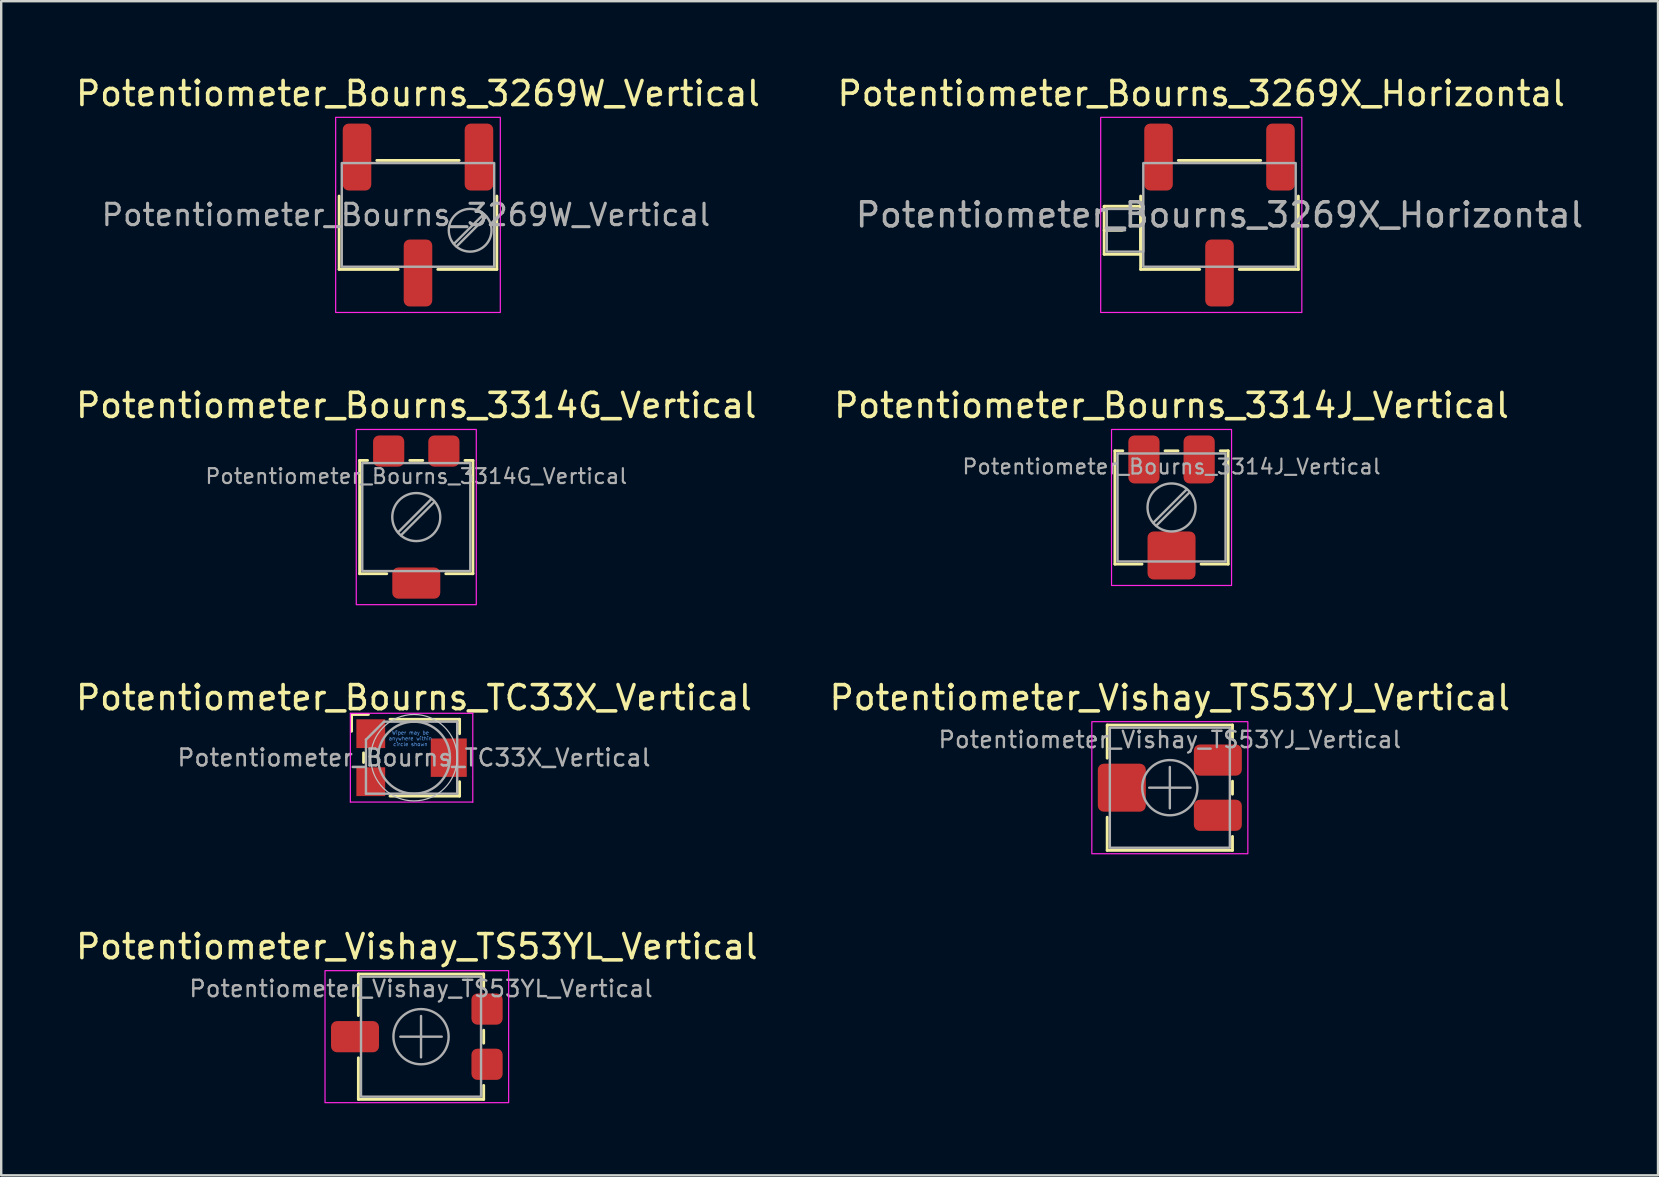
<source format=kicad_pcb>
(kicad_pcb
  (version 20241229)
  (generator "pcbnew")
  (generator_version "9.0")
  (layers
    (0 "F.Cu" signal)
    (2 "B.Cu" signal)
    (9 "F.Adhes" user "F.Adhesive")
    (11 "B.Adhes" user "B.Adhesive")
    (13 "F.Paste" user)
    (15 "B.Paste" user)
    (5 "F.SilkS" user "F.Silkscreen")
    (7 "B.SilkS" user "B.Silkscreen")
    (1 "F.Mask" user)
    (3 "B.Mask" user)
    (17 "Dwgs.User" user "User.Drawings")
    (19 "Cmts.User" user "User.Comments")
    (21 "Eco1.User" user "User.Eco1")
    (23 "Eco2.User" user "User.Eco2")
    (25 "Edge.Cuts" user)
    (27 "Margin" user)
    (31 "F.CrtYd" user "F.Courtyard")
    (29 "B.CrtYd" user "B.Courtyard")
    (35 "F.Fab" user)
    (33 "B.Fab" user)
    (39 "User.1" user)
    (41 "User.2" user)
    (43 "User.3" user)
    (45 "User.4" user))
  (footprint "Potentiometer_Bourns_3269X_Horizontal"
    (layer "F.Cu")
    (at 47.754 5.908)
    (property "Reference" "Potentiometer_Bourns_3269X_Horizontal" (at -0.76 -5.06 0) (layer "F.SilkS") (effects (font (size 1 1) (thickness 0.15))))
    (attr smd)
    (fp_line (start -4.805 -0.365) (end -3.285 -0.365) (stroke (width 0.12) (type solid)) (layer "F.SilkS"))
    (fp_line (start -4.805 0.635) (end -4.045 0.635) (stroke (width 0.12) (type solid)) (layer "F.SilkS"))
    (fp_line (start -4.805 1.635) (end -4.805 -0.365) (stroke (width 0.12) (type solid)) (layer "F.SilkS"))
    (fp_line (start -3.285 -0.365) (end -3.285 1.635) (stroke (width 0.12) (type solid)) (layer "F.SilkS"))
    (fp_line (start -3.285 1.635) (end -4.805 1.635) (stroke (width 0.12) (type solid)) (layer "F.SilkS"))
    (fp_line (start -3.285 2.265) (end -3.285 -0.79) (stroke (width 0.12) (type solid)) (layer "F.SilkS"))
    (fp_line (start -1.715 -2.275) (end 1.715 -2.275) (stroke (width 0.12) (type solid)) (layer "F.SilkS"))
    (fp_line (start -0.825 2.265) (end -3.285 2.265) (stroke (width 0.12) (type solid)) (layer "F.SilkS"))
    (fp_line (start 3.285 -0.79) (end 3.285 2.265) (stroke (width 0.12) (type solid)) (layer "F.SilkS"))
    (fp_line (start 3.285 2.265) (end 0.825 2.265) (stroke (width 0.12) (type solid)) (layer "F.SilkS"))
    (fp_rect (start -4.95 -4.07) (end 3.43 4.06) (stroke (width 0.05) (type solid)) (fill no) (layer "F.CrtYd"))
    (fp_line (start -4.695 0.635) (end -3.935 0.635) (stroke (width 0.1) (type solid)) (layer "F.Fab"))
    (fp_rect (start -4.695 -0.255) (end -3.175 1.525) (stroke (width 0.1) (type solid)) (fill no) (layer "F.Fab"))
    (fp_rect (start -3.175 -2.165) (end 3.175 2.155) (stroke (width 0.1) (type solid)) (fill no) (layer "F.Fab"))
    (fp_text user "${REFERENCE}" (at 0 -0.005 0) (layer "F.Fab") (effects (font (size 1 1) (thickness 0.15))))
    (pad "1" smd roundrect (at 2.54 -2.415) (size 1.19 2.79) (layers "F.Cu" "F.Mask" "F.Paste") (roundrect_rratio 0.21))
    (pad "2" smd roundrect (at 0 2.415) (size 1.19 2.79) (layers "F.Cu" "F.Mask" "F.Paste") (roundrect_rratio 0.21))
    (pad "3" smd roundrect (at -2.54 -2.415) (size 1.19 2.79) (layers "F.Cu" "F.Mask" "F.Paste") (roundrect_rratio 0.21)))
  (footprint "Potentiometer_Bourns_3269W_Vertical"
    (layer "F.Cu")
    (at 14.363 5.908)
    (property "Reference" "Potentiometer_Bourns_3269W_Vertical" (at 0 -5.06 0) (layer "F.SilkS") (effects (font (size 1 1) (thickness 0.15))))
    (attr smd)
    (fp_line (start -3.285 2.265) (end -3.285 -0.79) (stroke (width 0.12) (type solid)) (layer "F.SilkS"))
    (fp_line (start -1.715 -2.275) (end 1.715 -2.275) (stroke (width 0.12) (type solid)) (layer "F.SilkS"))
    (fp_line (start -0.825 2.265) (end -3.285 2.265) (stroke (width 0.12) (type solid)) (layer "F.SilkS"))
    (fp_line (start 3.285 -0.79) (end 3.285 2.265) (stroke (width 0.12) (type solid)) (layer "F.SilkS"))
    (fp_line (start 3.285 2.265) (end 0.825 2.265) (stroke (width 0.12) (type solid)) (layer "F.SilkS"))
    (fp_rect (start -3.43 -4.07) (end 3.43 4.06) (stroke (width 0.05) (type solid)) (fill no) (layer "F.CrtYd"))
    (fp_line (start 2.739 -0.04) (end 1.498 1.201) (stroke (width 0.1) (type solid)) (layer "F.Fab"))
    (fp_line (start 2.848 0.069) (end 1.607 1.31) (stroke (width 0.1) (type solid)) (layer "F.Fab"))
    (fp_rect (start -3.175 -2.165) (end 3.175 2.155) (stroke (width 0.1) (type solid)) (fill no) (layer "F.Fab"))
    (fp_circle (center 2.173 0.635) (end 3.063 0.635) (stroke (width 0.1) (type solid)) (fill no) (layer "F.Fab"))
    (fp_text user "${REFERENCE}" (at -0.501 -0.005 0) (layer "F.Fab") (effects (font (size 0.89 0.89) (thickness 0.13))))
    (pad "1" smd roundrect (at 2.54 -2.415) (size 1.19 2.79) (layers "F.Cu" "F.Mask" "F.Paste") (roundrect_rratio 0.21))
    (pad "2" smd roundrect (at 0 2.415) (size 1.19 2.79) (layers "F.Cu" "F.Mask" "F.Paste") (roundrect_rratio 0.21))
    (pad "3" smd roundrect (at -2.54 -2.415) (size 1.19 2.79) (layers "F.Cu" "F.Mask" "F.Paste") (roundrect_rratio 0.21)))
  (footprint "Potentiometer_Vishay_TS53YL_Vertical"
    (layer "F.Cu")
    (at 14.49 40.138)
    (property "Reference" "Potentiometer_Vishay_TS53YL_Vertical" (at -0.175 -3.75 0) (layer "F.SilkS") (effects (font (size 1 1) (thickness 0.15))))
    (attr smd)
    (fp_line (start -2.61 -2.61) (end 2.61 -2.61) (stroke (width 0.12) (type solid)) (layer "F.SilkS"))
    (fp_line (start -2.61 -0.88) (end -2.61 -2.61) (stroke (width 0.12) (type solid)) (layer "F.SilkS"))
    (fp_line (start -2.61 2.61) (end -2.61 0.88) (stroke (width 0.12) (type solid)) (layer "F.SilkS"))
    (fp_line (start 2.61 -2.61) (end 2.61 -2.03) (stroke (width 0.12) (type solid)) (layer "F.SilkS"))
    (fp_line (start 2.61 -0.27) (end 2.61 0.27) (stroke (width 0.12) (type solid)) (layer "F.SilkS"))
    (fp_line (start 2.61 2.03) (end 2.61 2.61) (stroke (width 0.12) (type solid)) (layer "F.SilkS"))
    (fp_line (start 2.61 2.61) (end -2.61 2.61) (stroke (width 0.12) (type solid)) (layer "F.SilkS"))
    (fp_rect (start -4 -2.75) (end 3.65 2.75) (stroke (width 0.05) (type solid)) (fill no) (layer "F.CrtYd"))
    (fp_line (start -0.862 0) (end 0.862 0) (stroke (width 0.1) (type solid)) (layer "F.Fab"))
    (fp_line (start 0 -0.862) (end 0 0.862) (stroke (width 0.1) (type solid)) (layer "F.Fab"))
    (fp_rect (start -2.5 -2.5) (end 2.5 2.5) (stroke (width 0.1) (type solid)) (fill no) (layer "F.Fab"))
    (fp_circle (center 0 0) (end 1.15 0) (stroke (width 0.1) (type solid)) (fill no) (layer "F.Fab"))
    (fp_text user "${REFERENCE}" (at 0 -2 0) (layer "F.Fab") (effects (font (size 0.68 0.68) (thickness 0.1))))
    (pad "1" smd roundrect (at 2.75 -1.15) (size 1.3 1.3) (layers "F.Cu" "F.Mask" "F.Paste") (roundrect_rratio 0.192))
    (pad "2" smd roundrect (at -2.75 0) (size 2 1.3) (layers "F.Cu" "F.Mask" "F.Paste") (roundrect_rratio 0.192))
    (pad "3" smd roundrect (at 2.75 1.15) (size 1.3 1.3) (layers "F.Cu" "F.Mask" "F.Paste") (roundrect_rratio 0.192)))
  (footprint "Potentiometer_Bourns_3314J_Vertical"
    (layer "F.Cu")
    (at 45.756 18.091)
    (property "Reference" "Potentiometer_Bourns_3314J_Vertical" (at 0 -4.25 0) (layer "F.SilkS") (effects (font (size 1 1) (thickness 0.15))))
    (attr smd)
    (fp_line (start -2.36 -2.36) (end -2.03 -2.36) (stroke (width 0.12) (type solid)) (layer "F.SilkS"))
    (fp_line (start -2.36 2.36) (end -2.36 -2.36) (stroke (width 0.12) (type solid)) (layer "F.SilkS"))
    (fp_line (start -1.23 2.36) (end -2.36 2.36) (stroke (width 0.12) (type solid)) (layer "F.SilkS"))
    (fp_line (start -0.27 -2.36) (end 0.27 -2.36) (stroke (width 0.12) (type solid)) (layer "F.SilkS"))
    (fp_line (start 2.03 -2.36) (end 2.36 -2.36) (stroke (width 0.12) (type solid)) (layer "F.SilkS"))
    (fp_line (start 2.36 -2.36) (end 2.36 2.36) (stroke (width 0.12) (type solid)) (layer "F.SilkS"))
    (fp_line (start 2.36 2.36) (end 1.23 2.36) (stroke (width 0.12) (type solid)) (layer "F.SilkS"))
    (fp_rect (start -2.5 -3.25) (end 2.5 3.25) (stroke (width 0.05) (type solid)) (fill no) (layer "F.CrtYd"))
    (fp_line (start 0.636 -0.758) (end -0.758 0.636) (stroke (width 0.1) (type solid)) (layer "F.Fab"))
    (fp_line (start 0.758 -0.636) (end -0.636 0.758) (stroke (width 0.1) (type solid)) (layer "F.Fab"))
    (fp_rect (start -2.25 -2.25) (end 2.25 2.25) (stroke (width 0.1) (type solid)) (fill no) (layer "F.Fab"))
    (fp_circle (center 0 0) (end 1 0) (stroke (width 0.1) (type solid)) (fill no) (layer "F.Fab"))
    (fp_text user "${REFERENCE}" (at 0 -1.7 0) (layer "F.Fab") (effects (font (size 0.62 0.62) (thickness 0.09))))
    (pad "1" smd roundrect (at 1.15 -2) (size 1.3 2) (layers "F.Cu" "F.Mask" "F.Paste") (roundrect_rratio 0.192))
    (pad "2" smd roundrect (at 0 2) (size 2 2) (layers "F.Cu" "F.Mask" "F.Paste") (roundrect_rratio 0.125))
    (pad "3" smd roundrect (at -1.15 -2) (size 1.3 2) (layers "F.Cu" "F.Mask" "F.Paste") (roundrect_rratio 0.192)))
  (footprint "Potentiometer_Vishay_TS53YJ_Vertical"
    (layer "F.Cu")
    (at 45.685 29.765)
    (property "Reference" "Potentiometer_Vishay_TS53YJ_Vertical" (at 0 -3.75 0) (layer "F.SilkS") (effects (font (size 1 1) (thickness 0.15))))
    (attr smd)
    (fp_line (start -2.61 -2.61) (end 2.61 -2.61) (stroke (width 0.12) (type solid)) (layer "F.SilkS"))
    (fp_line (start -2.61 -1.23) (end -2.61 -2.61) (stroke (width 0.12) (type solid)) (layer "F.SilkS"))
    (fp_line (start -2.61 2.61) (end -2.61 1.23) (stroke (width 0.12) (type solid)) (layer "F.SilkS"))
    (fp_line (start 2.61 -2.61) (end 2.61 -2.03) (stroke (width 0.12) (type solid)) (layer "F.SilkS"))
    (fp_line (start 2.61 -0.27) (end 2.61 0.27) (stroke (width 0.12) (type solid)) (layer "F.SilkS"))
    (fp_line (start 2.61 2.03) (end 2.61 2.61) (stroke (width 0.12) (type solid)) (layer "F.SilkS"))
    (fp_line (start 2.61 2.61) (end -2.61 2.61) (stroke (width 0.12) (type solid)) (layer "F.SilkS"))
    (fp_rect (start -3.25 -2.75) (end 3.25 2.75) (stroke (width 0.05) (type solid)) (fill no) (layer "F.CrtYd"))
    (fp_line (start -0.862 0) (end 0.862 0) (stroke (width 0.1) (type solid)) (layer "F.Fab"))
    (fp_line (start 0 -0.862) (end 0 0.862) (stroke (width 0.1) (type solid)) (layer "F.Fab"))
    (fp_rect (start -2.5 -2.5) (end 2.5 2.5) (stroke (width 0.1) (type solid)) (fill no) (layer "F.Fab"))
    (fp_circle (center 0 0) (end 1.15 0) (stroke (width 0.1) (type solid)) (fill no) (layer "F.Fab"))
    (fp_text user "${REFERENCE}" (at 0 -2 0) (layer "F.Fab") (effects (font (size 0.68 0.68) (thickness 0.1))))
    (pad "1" smd roundrect (at 2 -1.15) (size 2 1.3) (layers "F.Cu" "F.Mask" "F.Paste") (roundrect_rratio 0.192))
    (pad "2" smd roundrect (at -2 0) (size 2 2) (layers "F.Cu" "F.Mask" "F.Paste") (roundrect_rratio 0.125))
    (pad "3" smd roundrect (at 2 1.15) (size 2 1.3) (layers "F.Cu" "F.Mask" "F.Paste") (roundrect_rratio 0.192)))
  (footprint "Potentiometer_Bourns_3314G_Vertical"
    (layer "F.Cu")
    (at 14.292 18.491)
    (property "Reference" "Potentiometer_Bourns_3314G_Vertical" (at 0 -4.65 0) (layer "F.SilkS") (effects (font (size 1 1) (thickness 0.15))))
    (attr smd)
    (fp_line (start -2.36 -2.36) (end -2.03 -2.36) (stroke (width 0.12) (type solid)) (layer "F.SilkS"))
    (fp_line (start -2.36 2.36) (end -2.36 -2.36) (stroke (width 0.12) (type solid)) (layer "F.SilkS"))
    (fp_line (start -1.23 2.36) (end -2.36 2.36) (stroke (width 0.12) (type solid)) (layer "F.SilkS"))
    (fp_line (start -0.27 -2.36) (end 0.27 -2.36) (stroke (width 0.12) (type solid)) (layer "F.SilkS"))
    (fp_line (start 2.03 -2.36) (end 2.36 -2.36) (stroke (width 0.12) (type solid)) (layer "F.SilkS"))
    (fp_line (start 2.36 -2.36) (end 2.36 2.36) (stroke (width 0.12) (type solid)) (layer "F.SilkS"))
    (fp_line (start 2.36 2.36) (end 1.23 2.36) (stroke (width 0.12) (type solid)) (layer "F.SilkS"))
    (fp_rect (start -2.5 -3.65) (end 2.5 3.65) (stroke (width 0.05) (type solid)) (fill no) (layer "F.CrtYd"))
    (fp_line (start 0.636 -0.758) (end -0.758 0.636) (stroke (width 0.1) (type solid)) (layer "F.Fab"))
    (fp_line (start 0.758 -0.636) (end -0.636 0.758) (stroke (width 0.1) (type solid)) (layer "F.Fab"))
    (fp_rect (start -2.25 -2.25) (end 2.25 2.25) (stroke (width 0.1) (type solid)) (fill no) (layer "F.Fab"))
    (fp_circle (center 0 0) (end 1 0) (stroke (width 0.1) (type solid)) (fill no) (layer "F.Fab"))
    (fp_text user "${REFERENCE}" (at 0 -1.7 0) (layer "F.Fab") (effects (font (size 0.62 0.62) (thickness 0.09))))
    (pad "1" smd roundrect (at 1.15 -2.75) (size 1.3 1.3) (layers "F.Cu" "F.Mask" "F.Paste") (roundrect_rratio 0.192))
    (pad "2" smd roundrect (at 0 2.75) (size 2 1.3) (layers "F.Cu" "F.Mask" "F.Paste") (roundrect_rratio 0.192))
    (pad "3" smd roundrect (at -1.15 -2.75) (size 1.3 1.3) (layers "F.Cu" "F.Mask" "F.Paste") (roundrect_rratio 0.192)))
  (footprint "Potentiometer_Bourns_TC33X_Vertical"
    (layer "F.Cu")
    (at 14.196 28.515)
    (property "Reference" "Potentiometer_Bourns_TC33X_Vertical" (at 0 -2.5 0) (layer "F.SilkS") (effects (font (size 1 1) (thickness 0.15))))
    (attr smd)
    (fp_line (start -2.6 -1.8) (end -2.6 -1.1) (stroke (width 0.12) (type solid)) (layer "F.SilkS"))
    (fp_line (start -2.1 -0.2) (end -2.1 0.2) (stroke (width 0.12) (type solid)) (layer "F.SilkS"))
    (fp_line (start -1.9 -1.8) (end -2.6 -1.8) (stroke (width 0.12) (type solid)) (layer "F.SilkS"))
    (fp_line (start -1 -1.6) (end 1.9 -1.6) (stroke (width 0.12) (type solid)) (layer "F.SilkS"))
    (fp_line (start -1 1.6) (end 1.9 1.6) (stroke (width 0.12) (type solid)) (layer "F.SilkS"))
    (fp_line (start 1.9 -1.6) (end 1.9 -1) (stroke (width 0.12) (type solid)) (layer "F.SilkS"))
    (fp_line (start 1.9 1.6) (end 1.9 1) (stroke (width 0.12) (type solid)) (layer "F.SilkS"))
    (fp_circle (center 0 0) (end 1.8 0) (stroke (width 0.05) (type solid)) (fill no) (layer "Dwgs.User"))
    (fp_line (start -2.65 -1.85) (end 2.45 -1.85) (stroke (width 0.05) (type solid)) (layer "F.CrtYd"))
    (fp_line (start -2.65 1.85) (end -2.65 -1.85) (stroke (width 0.05) (type solid)) (layer "F.CrtYd"))
    (fp_line (start 2.45 -1.85) (end 2.45 1.85) (stroke (width 0.05) (type solid)) (layer "F.CrtYd"))
    (fp_line (start 2.45 1.85) (end -2.65 1.85) (stroke (width 0.05) (type solid)) (layer "F.CrtYd"))
    (fp_line (start -2 -0.75) (end -2 1.5) (stroke (width 0.1) (type solid)) (layer "F.Fab"))
    (fp_line (start -2 1.5) (end 1.8 1.5) (stroke (width 0.1) (type solid)) (layer "F.Fab"))
    (fp_line (start -1.25 -1.5) (end -2 -0.75) (stroke (width 0.1) (type solid)) (layer "F.Fab"))
    (fp_line (start 1.8 -1.5) (end -1.25 -1.5) (stroke (width 0.1) (type solid)) (layer "F.Fab"))
    (fp_line (start 1.8 1.5) (end 1.8 -1.5) (stroke (width 0.1) (type solid)) (layer "F.Fab"))
    (fp_circle (center 0 0) (end 1.5 0) (stroke (width 0.1) (type solid)) (fill no) (layer "F.Fab"))
    (fp_text user "Wiper may be\nanywhere within\ncircle shown" (at -0.15 -0.8 0) (layer "Cmts.User") (effects (font (size 0.15 0.15) (thickness 0.02))))
    (fp_text user "${REFERENCE}" (at 0 0 0) (layer "F.Fab") (effects (font (size 0.7 0.7) (thickness 0.105))))
    (pad "1" smd rect (at -1.8 -1) (size 1.2 1.2) (layers "F.Cu" "F.Mask" "F.Paste"))
    (pad "2" smd rect (at 1.45 0) (size 1.5 1.6) (layers "F.Cu" "F.Mask" "F.Paste"))
    (pad "3" smd rect (at -1.8 1) (size 1.2 1.2) (layers "F.Cu" "F.Mask" "F.Paste")))
  (gr_rect
    (start -3 -3)
    (end 66.022 45.913)
    (stroke (width 0.1) (type default))
    (fill no)
    (layer "Edge.Cuts")))
</source>
